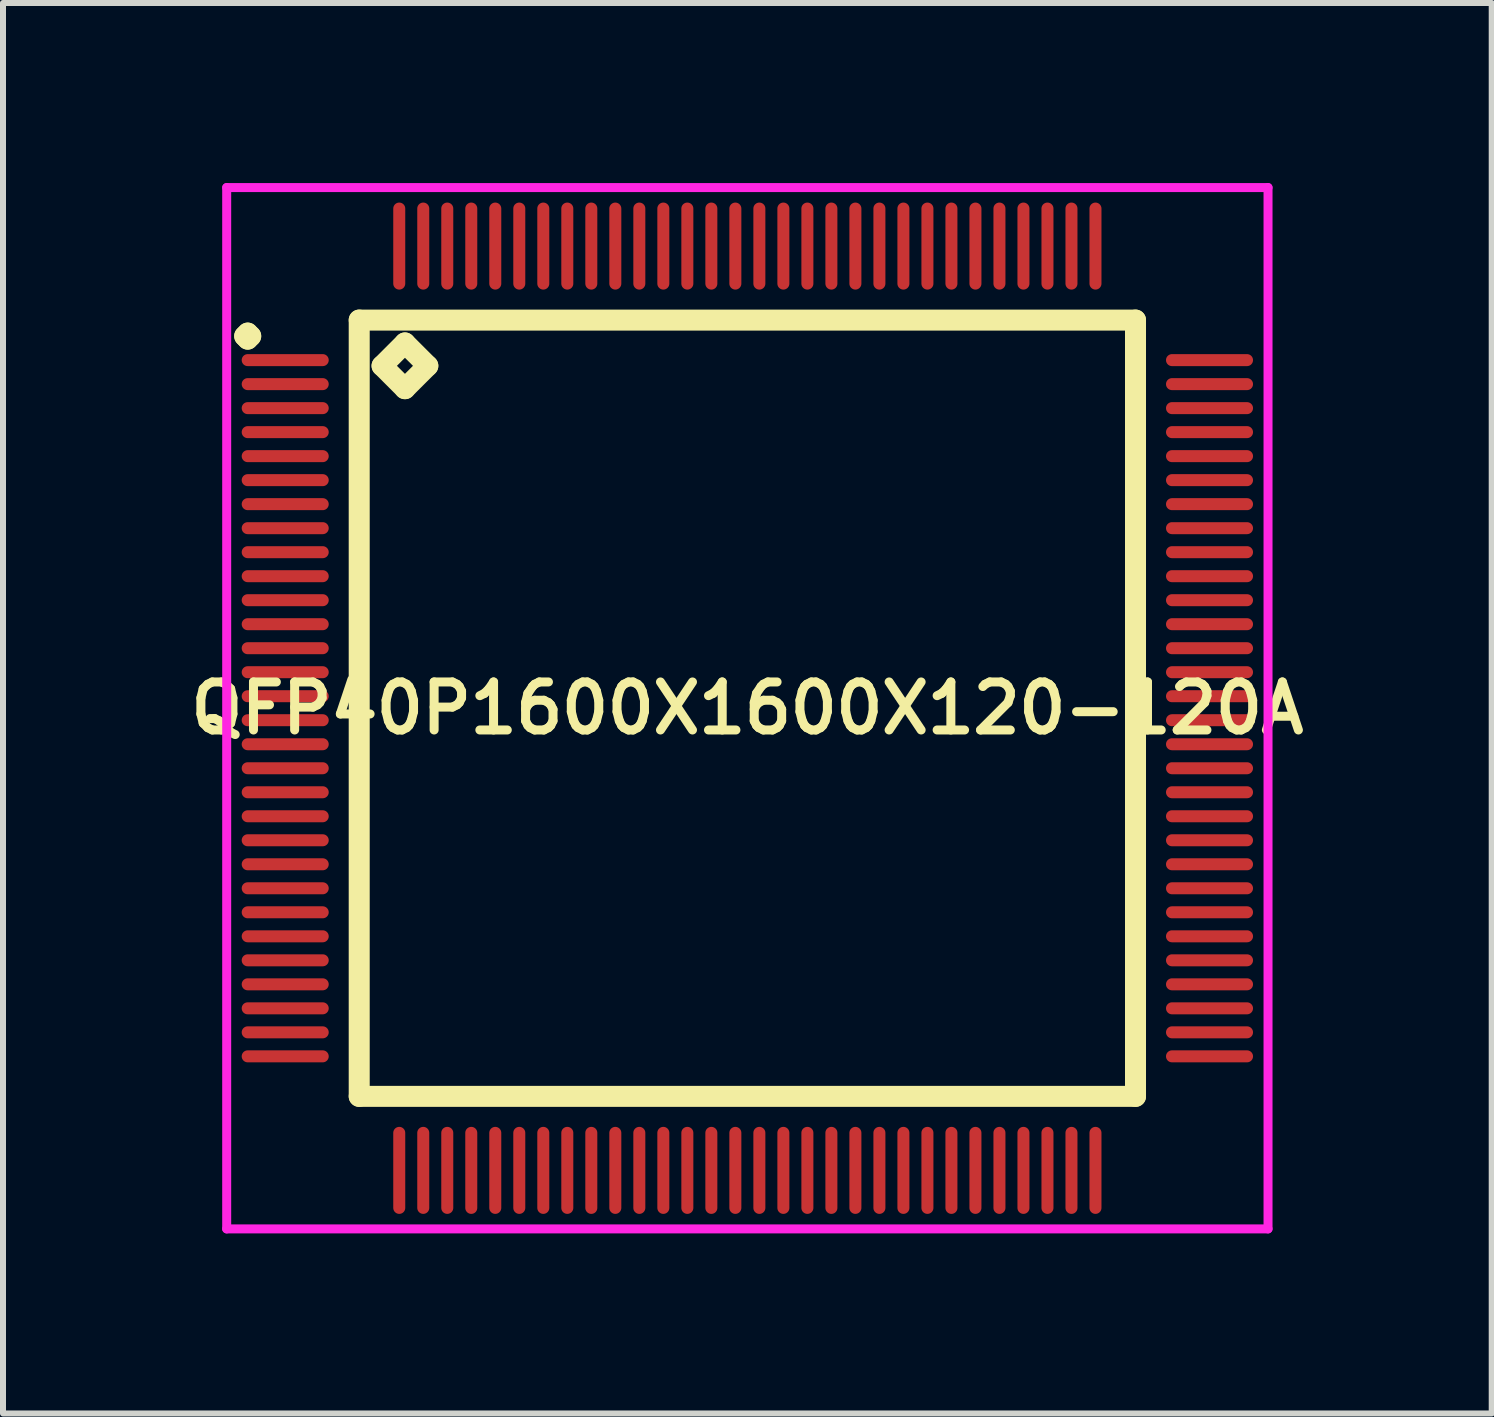
<source format=kicad_pcb>
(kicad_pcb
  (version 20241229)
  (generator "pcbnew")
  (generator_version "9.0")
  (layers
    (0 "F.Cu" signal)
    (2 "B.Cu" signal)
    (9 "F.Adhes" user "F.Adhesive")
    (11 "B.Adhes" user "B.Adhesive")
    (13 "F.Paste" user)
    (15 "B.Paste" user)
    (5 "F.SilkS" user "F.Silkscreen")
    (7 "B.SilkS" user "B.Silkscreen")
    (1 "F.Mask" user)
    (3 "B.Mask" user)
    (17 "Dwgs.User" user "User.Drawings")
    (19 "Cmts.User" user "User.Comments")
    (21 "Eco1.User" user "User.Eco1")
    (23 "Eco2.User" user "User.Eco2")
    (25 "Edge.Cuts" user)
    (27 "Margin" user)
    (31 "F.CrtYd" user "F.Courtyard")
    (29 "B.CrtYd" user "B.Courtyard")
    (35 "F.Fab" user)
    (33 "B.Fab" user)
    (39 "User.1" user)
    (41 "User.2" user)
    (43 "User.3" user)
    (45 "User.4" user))
  (footprint "QFP40P1600X1600X120-120A"
    (layer "F.Cu")
    (at 9.402 8.75)
    (property "Reference" "QFP40P1600X1600X120-120A" (at 0 0 0) (layer "F.SilkS") (effects (font (size 0.8 0.8) (thickness 0.15))))
    (attr through_hole)
    (fp_line (start -8.375 -6.2) (end -8.325 -6.25) (stroke (width 0.35) (type solid)) (layer "F.SilkS"))
    (fp_line (start -8.325 -6.25) (end -8.275 -6.2) (stroke (width 0.35) (type solid)) (layer "F.SilkS"))
    (fp_line (start -8.325 -6.15) (end -8.375 -6.2) (stroke (width 0.35) (type solid)) (layer "F.SilkS"))
    (fp_line (start -8.275 -6.2) (end -8.325 -6.15) (stroke (width 0.35) (type solid)) (layer "F.SilkS"))
    (fp_line (start -6.467 -6.467) (end -6.467 6.467) (stroke (width 0.35) (type solid)) (layer "F.SilkS"))
    (fp_line (start -6.467 6.467) (end 6.467 6.467) (stroke (width 0.35) (type solid)) (layer "F.SilkS"))
    (fp_line (start -6.086 -5.705) (end -5.705 -6.086) (stroke (width 0.35) (type solid)) (layer "F.SilkS"))
    (fp_line (start -5.705 -6.086) (end -5.324 -5.705) (stroke (width 0.35) (type solid)) (layer "F.SilkS"))
    (fp_line (start -5.705 -5.324) (end -6.086 -5.705) (stroke (width 0.35) (type solid)) (layer "F.SilkS"))
    (fp_line (start -5.324 -5.705) (end -5.705 -5.324) (stroke (width 0.35) (type solid)) (layer "F.SilkS"))
    (fp_line (start 6.467 -6.467) (end -6.467 -6.467) (stroke (width 0.35) (type solid)) (layer "F.SilkS"))
    (fp_line (start 6.467 6.467) (end 6.467 -6.467) (stroke (width 0.35) (type solid)) (layer "F.SilkS"))
    (fp_line (start -8.675 -8.675) (end 8.675 -8.675) (stroke (width 0.15) (type solid)) (layer "F.CrtYd"))
    (fp_line (start -8.675 8.675) (end -8.675 -8.675) (stroke (width 0.15) (type solid)) (layer "F.CrtYd"))
    (fp_line (start 8.675 -8.675) (end 8.675 8.675) (stroke (width 0.15) (type solid)) (layer "F.CrtYd"))
    (fp_line (start 8.675 8.675) (end -8.675 8.675) (stroke (width 0.15) (type solid)) (layer "F.CrtYd"))
    (pad "1" smd oval (at -7.7 -5.8) (size 1.45 0.2) (layers "F.Cu" "F.Mask" "F.Paste"))
    (pad "2" smd oval (at -7.7 -5.4) (size 1.45 0.2) (layers "F.Cu" "F.Mask" "F.Paste"))
    (pad "3" smd oval (at -7.7 -5) (size 1.45 0.2) (layers "F.Cu" "F.Mask" "F.Paste"))
    (pad "4" smd oval (at -7.7 -4.6) (size 1.45 0.2) (layers "F.Cu" "F.Mask" "F.Paste"))
    (pad "5" smd oval (at -7.7 -4.2) (size 1.45 0.2) (layers "F.Cu" "F.Mask" "F.Paste"))
    (pad "6" smd oval (at -7.7 -3.8) (size 1.45 0.2) (layers "F.Cu" "F.Mask" "F.Paste"))
    (pad "7" smd oval (at -7.7 -3.4) (size 1.45 0.2) (layers "F.Cu" "F.Mask" "F.Paste"))
    (pad "8" smd oval (at -7.7 -3) (size 1.45 0.2) (layers "F.Cu" "F.Mask" "F.Paste"))
    (pad "9" smd oval (at -7.7 -2.6) (size 1.45 0.2) (layers "F.Cu" "F.Mask" "F.Paste"))
    (pad "10" smd oval (at -7.7 -2.2) (size 1.45 0.2) (layers "F.Cu" "F.Mask" "F.Paste"))
    (pad "11" smd oval (at -7.7 -1.8) (size 1.45 0.2) (layers "F.Cu" "F.Mask" "F.Paste"))
    (pad "12" smd oval (at -7.7 -1.4) (size 1.45 0.2) (layers "F.Cu" "F.Mask" "F.Paste"))
    (pad "13" smd oval (at -7.7 -1) (size 1.45 0.2) (layers "F.Cu" "F.Mask" "F.Paste"))
    (pad "14" smd oval (at -7.7 -0.6) (size 1.45 0.2) (layers "F.Cu" "F.Mask" "F.Paste"))
    (pad "15" smd oval (at -7.7 -0.2) (size 1.45 0.2) (layers "F.Cu" "F.Mask" "F.Paste"))
    (pad "16" smd oval (at -7.7 0.2) (size 1.45 0.2) (layers "F.Cu" "F.Mask" "F.Paste"))
    (pad "17" smd oval (at -7.7 0.6) (size 1.45 0.2) (layers "F.Cu" "F.Mask" "F.Paste"))
    (pad "18" smd oval (at -7.7 1) (size 1.45 0.2) (layers "F.Cu" "F.Mask" "F.Paste"))
    (pad "19" smd oval (at -7.7 1.4) (size 1.45 0.2) (layers "F.Cu" "F.Mask" "F.Paste"))
    (pad "20" smd oval (at -7.7 1.8) (size 1.45 0.2) (layers "F.Cu" "F.Mask" "F.Paste"))
    (pad "21" smd oval (at -7.7 2.2) (size 1.45 0.2) (layers "F.Cu" "F.Mask" "F.Paste"))
    (pad "22" smd oval (at -7.7 2.6) (size 1.45 0.2) (layers "F.Cu" "F.Mask" "F.Paste"))
    (pad "23" smd oval (at -7.7 3) (size 1.45 0.2) (layers "F.Cu" "F.Mask" "F.Paste"))
    (pad "24" smd oval (at -7.7 3.4) (size 1.45 0.2) (layers "F.Cu" "F.Mask" "F.Paste"))
    (pad "25" smd oval (at -7.7 3.8) (size 1.45 0.2) (layers "F.Cu" "F.Mask" "F.Paste"))
    (pad "26" smd oval (at -7.7 4.2) (size 1.45 0.2) (layers "F.Cu" "F.Mask" "F.Paste"))
    (pad "27" smd oval (at -7.7 4.6) (size 1.45 0.2) (layers "F.Cu" "F.Mask" "F.Paste"))
    (pad "28" smd oval (at -7.7 5) (size 1.45 0.2) (layers "F.Cu" "F.Mask" "F.Paste"))
    (pad "29" smd oval (at -7.7 5.4) (size 1.45 0.2) (layers "F.Cu" "F.Mask" "F.Paste"))
    (pad "30" smd oval (at -7.7 5.8) (size 1.45 0.2) (layers "F.Cu" "F.Mask" "F.Paste"))
    (pad "31" smd oval (at -5.8 7.7) (size 0.2 1.45) (layers "F.Cu" "F.Mask" "F.Paste"))
    (pad "32" smd oval (at -5.4 7.7) (size 0.2 1.45) (layers "F.Cu" "F.Mask" "F.Paste"))
    (pad "33" smd oval (at -5 7.7) (size 0.2 1.45) (layers "F.Cu" "F.Mask" "F.Paste"))
    (pad "34" smd oval (at -4.6 7.7) (size 0.2 1.45) (layers "F.Cu" "F.Mask" "F.Paste"))
    (pad "35" smd oval (at -4.2 7.7) (size 0.2 1.45) (layers "F.Cu" "F.Mask" "F.Paste"))
    (pad "36" smd oval (at -3.8 7.7) (size 0.2 1.45) (layers "F.Cu" "F.Mask" "F.Paste"))
    (pad "37" smd oval (at -3.4 7.7) (size 0.2 1.45) (layers "F.Cu" "F.Mask" "F.Paste"))
    (pad "38" smd oval (at -3 7.7) (size 0.2 1.45) (layers "F.Cu" "F.Mask" "F.Paste"))
    (pad "39" smd oval (at -2.6 7.7) (size 0.2 1.45) (layers "F.Cu" "F.Mask" "F.Paste"))
    (pad "40" smd oval (at -2.2 7.7) (size 0.2 1.45) (layers "F.Cu" "F.Mask" "F.Paste"))
    (pad "41" smd oval (at -1.8 7.7) (size 0.2 1.45) (layers "F.Cu" "F.Mask" "F.Paste"))
    (pad "42" smd oval (at -1.4 7.7) (size 0.2 1.45) (layers "F.Cu" "F.Mask" "F.Paste"))
    (pad "43" smd oval (at -1 7.7) (size 0.2 1.45) (layers "F.Cu" "F.Mask" "F.Paste"))
    (pad "44" smd oval (at -0.6 7.7) (size 0.2 1.45) (layers "F.Cu" "F.Mask" "F.Paste"))
    (pad "45" smd oval (at -0.2 7.7) (size 0.2 1.45) (layers "F.Cu" "F.Mask" "F.Paste"))
    (pad "46" smd oval (at 0.2 7.7) (size 0.2 1.45) (layers "F.Cu" "F.Mask" "F.Paste"))
    (pad "47" smd oval (at 0.6 7.7) (size 0.2 1.45) (layers "F.Cu" "F.Mask" "F.Paste"))
    (pad "48" smd oval (at 1 7.7) (size 0.2 1.45) (layers "F.Cu" "F.Mask" "F.Paste"))
    (pad "49" smd oval (at 1.4 7.7) (size 0.2 1.45) (layers "F.Cu" "F.Mask" "F.Paste"))
    (pad "50" smd oval (at 1.8 7.7) (size 0.2 1.45) (layers "F.Cu" "F.Mask" "F.Paste"))
    (pad "51" smd oval (at 2.2 7.7) (size 0.2 1.45) (layers "F.Cu" "F.Mask" "F.Paste"))
    (pad "52" smd oval (at 2.6 7.7) (size 0.2 1.45) (layers "F.Cu" "F.Mask" "F.Paste"))
    (pad "53" smd oval (at 3 7.7) (size 0.2 1.45) (layers "F.Cu" "F.Mask" "F.Paste"))
    (pad "54" smd oval (at 3.4 7.7) (size 0.2 1.45) (layers "F.Cu" "F.Mask" "F.Paste"))
    (pad "55" smd oval (at 3.8 7.7) (size 0.2 1.45) (layers "F.Cu" "F.Mask" "F.Paste"))
    (pad "56" smd oval (at 4.2 7.7) (size 0.2 1.45) (layers "F.Cu" "F.Mask" "F.Paste"))
    (pad "57" smd oval (at 4.6 7.7) (size 0.2 1.45) (layers "F.Cu" "F.Mask" "F.Paste"))
    (pad "58" smd oval (at 5 7.7) (size 0.2 1.45) (layers "F.Cu" "F.Mask" "F.Paste"))
    (pad "59" smd oval (at 5.4 7.7) (size 0.2 1.45) (layers "F.Cu" "F.Mask" "F.Paste"))
    (pad "60" smd oval (at 5.8 7.7) (size 0.2 1.45) (layers "F.Cu" "F.Mask" "F.Paste"))
    (pad "61" smd oval (at 7.7 5.8) (size 1.45 0.2) (layers "F.Cu" "F.Mask" "F.Paste"))
    (pad "62" smd oval (at 7.7 5.4) (size 1.45 0.2) (layers "F.Cu" "F.Mask" "F.Paste"))
    (pad "63" smd oval (at 7.7 5) (size 1.45 0.2) (layers "F.Cu" "F.Mask" "F.Paste"))
    (pad "64" smd oval (at 7.7 4.6) (size 1.45 0.2) (layers "F.Cu" "F.Mask" "F.Paste"))
    (pad "65" smd oval (at 7.7 4.2) (size 1.45 0.2) (layers "F.Cu" "F.Mask" "F.Paste"))
    (pad "66" smd oval (at 7.7 3.8) (size 1.45 0.2) (layers "F.Cu" "F.Mask" "F.Paste"))
    (pad "67" smd oval (at 7.7 3.4) (size 1.45 0.2) (layers "F.Cu" "F.Mask" "F.Paste"))
    (pad "68" smd oval (at 7.7 3) (size 1.45 0.2) (layers "F.Cu" "F.Mask" "F.Paste"))
    (pad "69" smd oval (at 7.7 2.6) (size 1.45 0.2) (layers "F.Cu" "F.Mask" "F.Paste"))
    (pad "70" smd oval (at 7.7 2.2) (size 1.45 0.2) (layers "F.Cu" "F.Mask" "F.Paste"))
    (pad "71" smd oval (at 7.7 1.8) (size 1.45 0.2) (layers "F.Cu" "F.Mask" "F.Paste"))
    (pad "72" smd oval (at 7.7 1.4) (size 1.45 0.2) (layers "F.Cu" "F.Mask" "F.Paste"))
    (pad "73" smd oval (at 7.7 1) (size 1.45 0.2) (layers "F.Cu" "F.Mask" "F.Paste"))
    (pad "74" smd oval (at 7.7 0.6) (size 1.45 0.2) (layers "F.Cu" "F.Mask" "F.Paste"))
    (pad "75" smd oval (at 7.7 0.2) (size 1.45 0.2) (layers "F.Cu" "F.Mask" "F.Paste"))
    (pad "76" smd oval (at 7.7 -0.2) (size 1.45 0.2) (layers "F.Cu" "F.Mask" "F.Paste"))
    (pad "77" smd oval (at 7.7 -0.6) (size 1.45 0.2) (layers "F.Cu" "F.Mask" "F.Paste"))
    (pad "78" smd oval (at 7.7 -1) (size 1.45 0.2) (layers "F.Cu" "F.Mask" "F.Paste"))
    (pad "79" smd oval (at 7.7 -1.4) (size 1.45 0.2) (layers "F.Cu" "F.Mask" "F.Paste"))
    (pad "80" smd oval (at 7.7 -1.8) (size 1.45 0.2) (layers "F.Cu" "F.Mask" "F.Paste"))
    (pad "81" smd oval (at 7.7 -2.2) (size 1.45 0.2) (layers "F.Cu" "F.Mask" "F.Paste"))
    (pad "82" smd oval (at 7.7 -2.6) (size 1.45 0.2) (layers "F.Cu" "F.Mask" "F.Paste"))
    (pad "83" smd oval (at 7.7 -3) (size 1.45 0.2) (layers "F.Cu" "F.Mask" "F.Paste"))
    (pad "84" smd oval (at 7.7 -3.4) (size 1.45 0.2) (layers "F.Cu" "F.Mask" "F.Paste"))
    (pad "85" smd oval (at 7.7 -3.8) (size 1.45 0.2) (layers "F.Cu" "F.Mask" "F.Paste"))
    (pad "86" smd oval (at 7.7 -4.2) (size 1.45 0.2) (layers "F.Cu" "F.Mask" "F.Paste"))
    (pad "87" smd oval (at 7.7 -4.6) (size 1.45 0.2) (layers "F.Cu" "F.Mask" "F.Paste"))
    (pad "88" smd oval (at 7.7 -5) (size 1.45 0.2) (layers "F.Cu" "F.Mask" "F.Paste"))
    (pad "89" smd oval (at 7.7 -5.4) (size 1.45 0.2) (layers "F.Cu" "F.Mask" "F.Paste"))
    (pad "90" smd oval (at 7.7 -5.8) (size 1.45 0.2) (layers "F.Cu" "F.Mask" "F.Paste"))
    (pad "91" smd oval (at 5.8 -7.7) (size 0.2 1.45) (layers "F.Cu" "F.Mask" "F.Paste"))
    (pad "92" smd oval (at 5.4 -7.7) (size 0.2 1.45) (layers "F.Cu" "F.Mask" "F.Paste"))
    (pad "93" smd oval (at 5 -7.7) (size 0.2 1.45) (layers "F.Cu" "F.Mask" "F.Paste"))
    (pad "94" smd oval (at 4.6 -7.7) (size 0.2 1.45) (layers "F.Cu" "F.Mask" "F.Paste"))
    (pad "95" smd oval (at 4.2 -7.7) (size 0.2 1.45) (layers "F.Cu" "F.Mask" "F.Paste"))
    (pad "96" smd oval (at 3.8 -7.7) (size 0.2 1.45) (layers "F.Cu" "F.Mask" "F.Paste"))
    (pad "97" smd oval (at 3.4 -7.7) (size 0.2 1.45) (layers "F.Cu" "F.Mask" "F.Paste"))
    (pad "98" smd oval (at 3 -7.7) (size 0.2 1.45) (layers "F.Cu" "F.Mask" "F.Paste"))
    (pad "99" smd oval (at 2.6 -7.7) (size 0.2 1.45) (layers "F.Cu" "F.Mask" "F.Paste"))
    (pad "100" smd oval (at 2.2 -7.7) (size 0.2 1.45) (layers "F.Cu" "F.Mask" "F.Paste"))
    (pad "101" smd oval (at 1.8 -7.7) (size 0.2 1.45) (layers "F.Cu" "F.Mask" "F.Paste"))
    (pad "102" smd oval (at 1.4 -7.7) (size 0.2 1.45) (layers "F.Cu" "F.Mask" "F.Paste"))
    (pad "103" smd oval (at 1 -7.7) (size 0.2 1.45) (layers "F.Cu" "F.Mask" "F.Paste"))
    (pad "104" smd oval (at 0.6 -7.7) (size 0.2 1.45) (layers "F.Cu" "F.Mask" "F.Paste"))
    (pad "105" smd oval (at 0.2 -7.7) (size 0.2 1.45) (layers "F.Cu" "F.Mask" "F.Paste"))
    (pad "106" smd oval (at -0.2 -7.7) (size 0.2 1.45) (layers "F.Cu" "F.Mask" "F.Paste"))
    (pad "107" smd oval (at -0.6 -7.7) (size 0.2 1.45) (layers "F.Cu" "F.Mask" "F.Paste"))
    (pad "108" smd oval (at -1 -7.7) (size 0.2 1.45) (layers "F.Cu" "F.Mask" "F.Paste"))
    (pad "109" smd oval (at -1.4 -7.7) (size 0.2 1.45) (layers "F.Cu" "F.Mask" "F.Paste"))
    (pad "110" smd oval (at -1.8 -7.7) (size 0.2 1.45) (layers "F.Cu" "F.Mask" "F.Paste"))
    (pad "111" smd oval (at -2.2 -7.7) (size 0.2 1.45) (layers "F.Cu" "F.Mask" "F.Paste"))
    (pad "112" smd oval (at -2.6 -7.7) (size 0.2 1.45) (layers "F.Cu" "F.Mask" "F.Paste"))
    (pad "113" smd oval (at -3 -7.7) (size 0.2 1.45) (layers "F.Cu" "F.Mask" "F.Paste"))
    (pad "114" smd oval (at -3.4 -7.7) (size 0.2 1.45) (layers "F.Cu" "F.Mask" "F.Paste"))
    (pad "115" smd oval (at -3.8 -7.7) (size 0.2 1.45) (layers "F.Cu" "F.Mask" "F.Paste"))
    (pad "116" smd oval (at -4.2 -7.7) (size 0.2 1.45) (layers "F.Cu" "F.Mask" "F.Paste"))
    (pad "117" smd oval (at -4.6 -7.7) (size 0.2 1.45) (layers "F.Cu" "F.Mask" "F.Paste"))
    (pad "118" smd oval (at -5 -7.7) (size 0.2 1.45) (layers "F.Cu" "F.Mask" "F.Paste"))
    (pad "119" smd oval (at -5.4 -7.7) (size 0.2 1.45) (layers "F.Cu" "F.Mask" "F.Paste"))
    (pad "120" smd oval (at -5.8 -7.7) (size 0.2 1.45) (layers "F.Cu" "F.Mask" "F.Paste")))
  (gr_rect
    (start -3 -3)
    (end 21.804 20.5)
    (stroke (width 0.1) (type default))
    (fill no)
    (layer "Edge.Cuts")))
</source>
